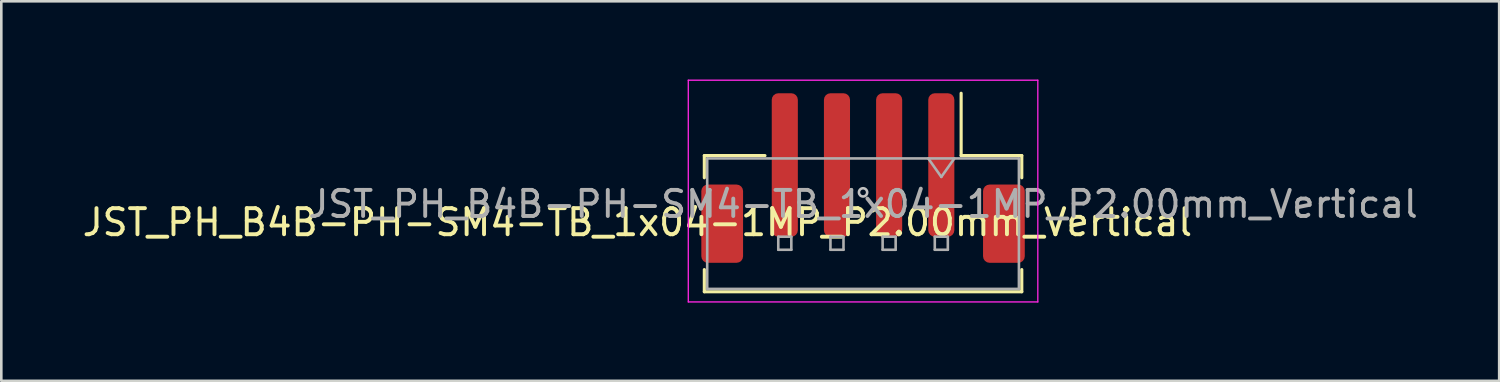
<source format=kicad_pcb>
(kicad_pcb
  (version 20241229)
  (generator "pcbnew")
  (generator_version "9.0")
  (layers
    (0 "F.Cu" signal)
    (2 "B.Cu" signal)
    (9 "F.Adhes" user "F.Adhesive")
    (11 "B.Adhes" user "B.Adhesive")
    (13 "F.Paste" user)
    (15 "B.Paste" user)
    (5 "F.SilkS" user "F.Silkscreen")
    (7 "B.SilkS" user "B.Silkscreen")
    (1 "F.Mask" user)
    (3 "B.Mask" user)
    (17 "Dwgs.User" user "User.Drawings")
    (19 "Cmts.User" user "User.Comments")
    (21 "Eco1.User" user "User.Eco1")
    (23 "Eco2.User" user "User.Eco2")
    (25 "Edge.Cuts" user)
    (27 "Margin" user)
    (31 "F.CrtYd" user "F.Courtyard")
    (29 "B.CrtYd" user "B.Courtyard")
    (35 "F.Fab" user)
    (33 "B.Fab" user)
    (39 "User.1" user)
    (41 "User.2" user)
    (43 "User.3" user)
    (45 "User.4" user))
  (footprint "JST_PH_B4B-PH-SM4-TB_1x04-1MP_P2.00mm_Vertical"
    (layer "F.Cu")
    (at 30.037 4.325)
    (property "Reference" "JST_PH_B4B-PH-SM4-TB_1x04-1MP_P2.00mm_Vertical" (at -8.65 1.15 0) (layer "F.SilkS") (effects (font (size 1 1) (thickness 0.15))))
    (attr smd)
    (fp_line (start -6.085 -1.41) (end -3.76 -1.41) (stroke (width 0.12) (type solid)) (layer "F.SilkS"))
    (fp_line (start -6.085 -0.56) (end -6.085 -1.41) (stroke (width 0.12) (type solid)) (layer "F.SilkS"))
    (fp_line (start -6.085 3.81) (end -6.085 2.96) (stroke (width 0.12) (type solid)) (layer "F.SilkS"))
    (fp_line (start 3.76 -1.41) (end 3.76 -3.8) (stroke (width 0.12) (type solid)) (layer "F.SilkS"))
    (fp_line (start 6.085 -1.41) (end 3.76 -1.41) (stroke (width 0.12) (type solid)) (layer "F.SilkS"))
    (fp_line (start 6.085 -0.56) (end 6.085 -1.41) (stroke (width 0.12) (type solid)) (layer "F.SilkS"))
    (fp_line (start 6.085 2.96) (end 6.085 3.81) (stroke (width 0.12) (type solid)) (layer "F.SilkS"))
    (fp_line (start 6.085 3.81) (end -6.085 3.81) (stroke (width 0.12) (type solid)) (layer "F.SilkS"))
    (fp_circle (center 0 0) (end 0.158 0) (stroke (width 0.1) (type default)) (fill no) (layer "Dwgs.User"))
    (fp_line (start -6.7 -4.3) (end -6.7 4.2) (stroke (width 0.05) (type solid)) (layer "F.CrtYd"))
    (fp_line (start -6.7 4.2) (end 6.7 4.2) (stroke (width 0.05) (type solid)) (layer "F.CrtYd"))
    (fp_line (start 6.7 -4.3) (end -6.7 -4.3) (stroke (width 0.05) (type solid)) (layer "F.CrtYd"))
    (fp_line (start 6.7 4.2) (end 6.7 -4.3) (stroke (width 0.05) (type solid)) (layer "F.CrtYd"))
    (fp_line (start -5.975 -1.3) (end -5.975 3.7) (stroke (width 0.1) (type solid)) (layer "F.Fab"))
    (fp_line (start -3.25 1.7) (end -3.25 2.2) (stroke (width 0.1) (type solid)) (layer "F.Fab"))
    (fp_line (start -3.25 2.2) (end -2.75 2.2) (stroke (width 0.1) (type solid)) (layer "F.Fab"))
    (fp_line (start -2.75 1.7) (end -3.25 1.7) (stroke (width 0.1) (type solid)) (layer "F.Fab"))
    (fp_line (start -2.75 2.2) (end -2.75 1.7) (stroke (width 0.1) (type solid)) (layer "F.Fab"))
    (fp_line (start -1.25 1.7) (end -1.25 2.2) (stroke (width 0.1) (type solid)) (layer "F.Fab"))
    (fp_line (start -1.25 2.2) (end -0.75 2.2) (stroke (width 0.1) (type solid)) (layer "F.Fab"))
    (fp_line (start -0.75 1.7) (end -1.25 1.7) (stroke (width 0.1) (type solid)) (layer "F.Fab"))
    (fp_line (start -0.75 2.2) (end -0.75 1.7) (stroke (width 0.1) (type solid)) (layer "F.Fab"))
    (fp_line (start 0.75 1.7) (end 0.75 2.2) (stroke (width 0.1) (type solid)) (layer "F.Fab"))
    (fp_line (start 0.75 2.2) (end 1.25 2.2) (stroke (width 0.1) (type solid)) (layer "F.Fab"))
    (fp_line (start 1.25 1.7) (end 0.75 1.7) (stroke (width 0.1) (type solid)) (layer "F.Fab"))
    (fp_line (start 1.25 2.2) (end 1.25 1.7) (stroke (width 0.1) (type solid)) (layer "F.Fab"))
    (fp_line (start 2.75 1.7) (end 2.75 2.2) (stroke (width 0.1) (type solid)) (layer "F.Fab"))
    (fp_line (start 2.75 2.2) (end 3.25 2.2) (stroke (width 0.1) (type solid)) (layer "F.Fab"))
    (fp_line (start 3 -0.593) (end 2.5 -1.3) (stroke (width 0.1) (type solid)) (layer "F.Fab"))
    (fp_line (start 3.25 1.7) (end 2.75 1.7) (stroke (width 0.1) (type solid)) (layer "F.Fab"))
    (fp_line (start 3.25 2.2) (end 3.25 1.7) (stroke (width 0.1) (type solid)) (layer "F.Fab"))
    (fp_line (start 3.5 -1.3) (end 3 -0.593) (stroke (width 0.1) (type solid)) (layer "F.Fab"))
    (fp_line (start 5.975 -1.3) (end -5.975 -1.3) (stroke (width 0.1) (type solid)) (layer "F.Fab"))
    (fp_line (start 5.975 -1.3) (end 5.975 3.7) (stroke (width 0.1) (type solid)) (layer "F.Fab"))
    (fp_line (start 5.975 3.7) (end -5.975 3.7) (stroke (width 0.1) (type solid)) (layer "F.Fab"))
    (fp_text user "${REFERENCE}" (at 0 0.45 180) (layer "F.Fab") (effects (font (size 1 1) (thickness 0.15))))
    (pad "1" smd roundrect (at 3 -1.05 180) (size 1 5.5) (layers "F.Cu" "F.Mask" "F.Paste") (roundrect_rratio 0.25))
    (pad "2" smd roundrect (at 1 -1.05 180) (size 1 5.5) (layers "F.Cu" "F.Mask" "F.Paste") (roundrect_rratio 0.25))
    (pad "3" smd roundrect (at -1 -1.05 180) (size 1 5.5) (layers "F.Cu" "F.Mask" "F.Paste") (roundrect_rratio 0.25))
    (pad "4" smd roundrect (at -3 -1.05 180) (size 1 5.5) (layers "F.Cu" "F.Mask" "F.Paste") (roundrect_rratio 0.25))
    (pad "MP" smd roundrect (at -5.4 1.2 180) (size 1.6 3) (layers "F.Cu" "F.Mask" "F.Paste") (roundrect_rratio 0.156))
    (pad "MP" smd roundrect (at 5.4 1.2 180) (size 1.6 3) (layers "F.Cu" "F.Mask" "F.Paste") (roundrect_rratio 0.156)))
  (gr_rect
    (start -3 -3)
    (end 54.424 11.55)
    (stroke (width 0.1) (type default))
    (fill no)
    (layer "Edge.Cuts")))
</source>
